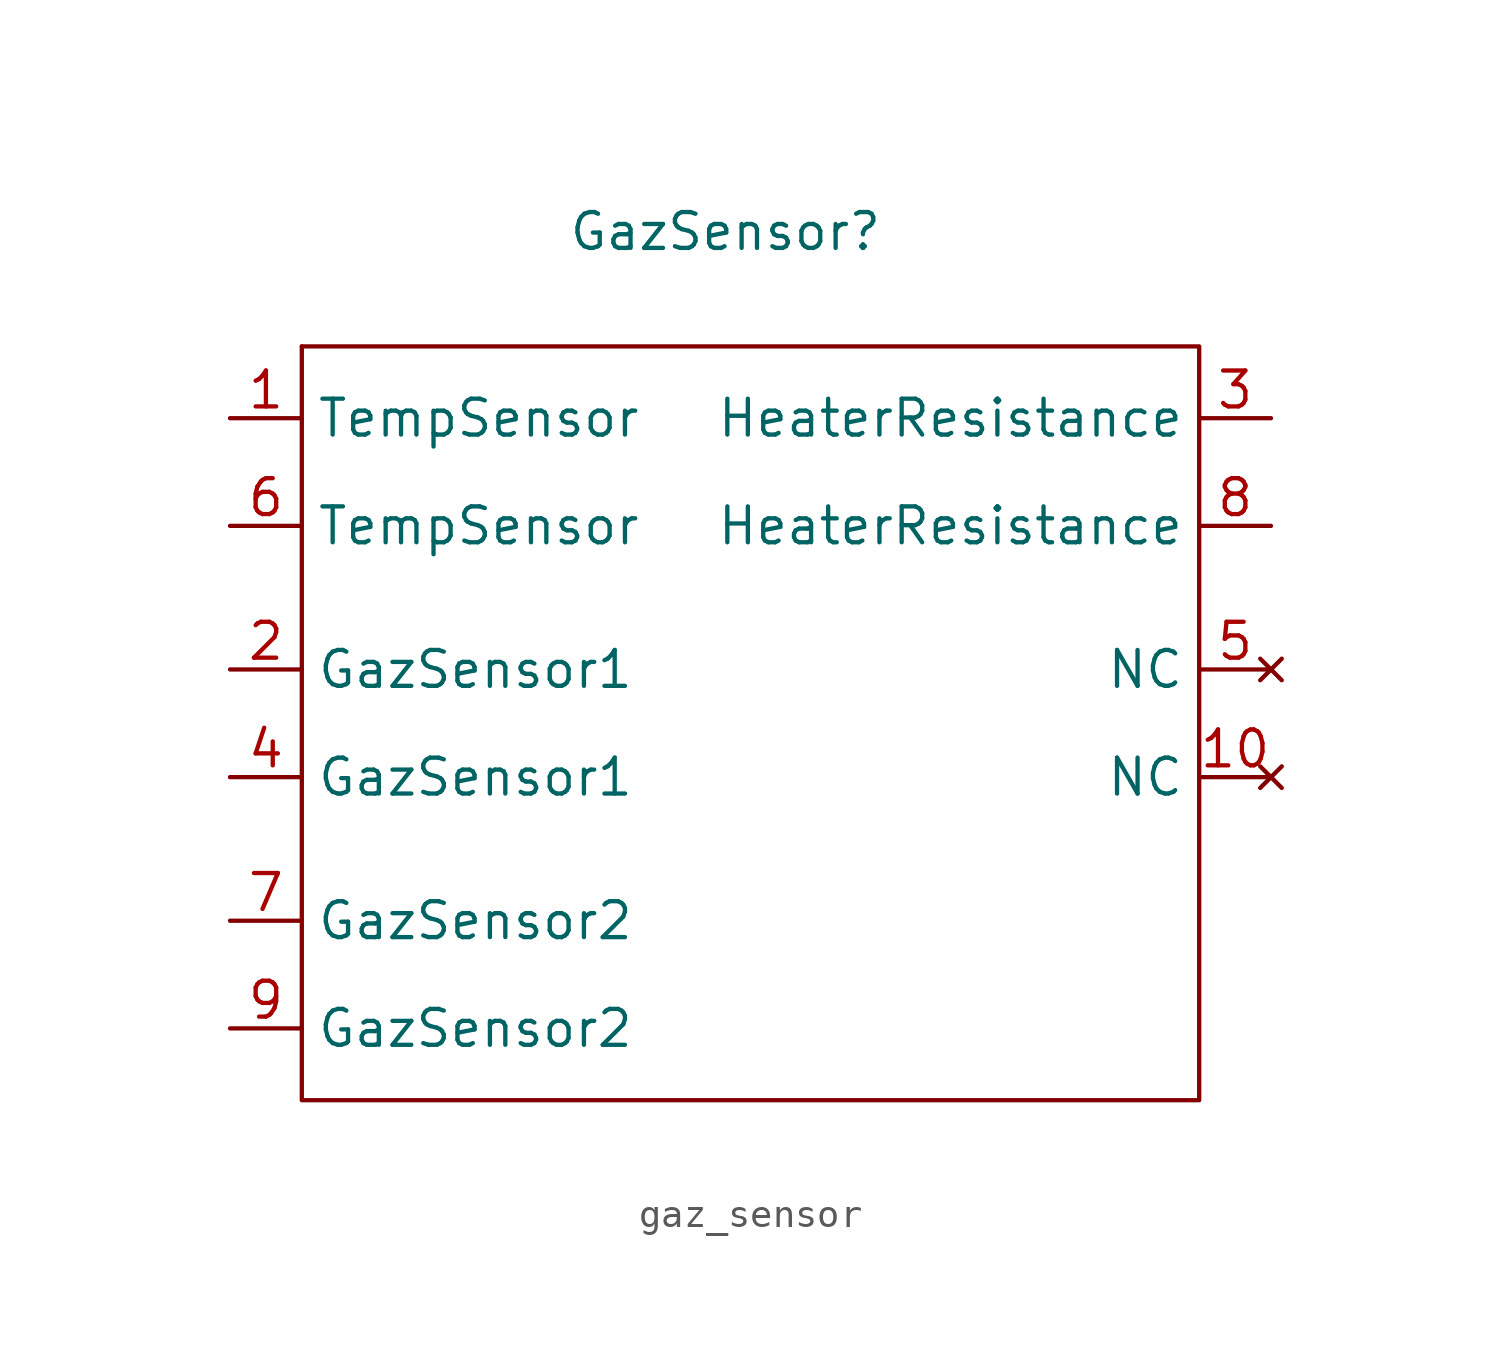
<source format=kicad_sym>
(kicad_symbol_lib
  (version 20241209)
  (generator "kicad_symbol_editor")
  (generator_version "9.0")
  (symbol "gaz_sensor"
    (property "Reference" "GazSensor"
      (at -0.254 4.064 0)
      (effects (font (size 1.27 1.27))))
    (property "Value" ""
      (at 0 0 0)
      (effects (font (size 1.27 1.27))))
    (symbol "gaz_sensor_0_1"
      (rectangle (start -15.24 0) (end -15.24 0) (stroke (width 0) (type default)) (fill (type none)))
      (rectangle (start -15.24 0) (end 16.51 -26.67) (stroke (width 0) (type default)) (fill (type none))))
    (symbol "gaz_sensor_1_1"
      (pin input line (at -17.78 -2.54 0) (length 2.54) (name "TempSensor" (effects (font (size 1.27 1.27)))) (number "1" (effects (font (size 1.27 1.27)))))
      (pin output line (at -17.78 -6.35 0) (length 2.54) (name "TempSensor" (effects (font (size 1.27 1.27)))) (number "6" (effects (font (size 1.27 1.27)))))
      (pin input line (at -17.78 -11.43 0) (length 2.54) (name "GazSensor1" (effects (font (size 1.27 1.27)))) (number "2" (effects (font (size 1.27 1.27)))))
      (pin output line (at -17.78 -15.24 0) (length 2.54) (name "GazSensor1" (effects (font (size 1.27 1.27)))) (number "4" (effects (font (size 1.27 1.27)))))
      (pin input line (at -17.78 -20.32 0) (length 2.54) (name "GazSensor2" (effects (font (size 1.27 1.27)))) (number "7" (effects (font (size 1.27 1.27)))))
      (pin output line (at -17.78 -24.13 0) (length 2.54) (name "GazSensor2" (effects (font (size 1.27 1.27)))) (number "9" (effects (font (size 1.27 1.27)))))
      (pin input line (at 19.05 -2.54 180) (length 2.54) (name "HeaterResistance" (effects (font (size 1.27 1.27)))) (number "3" (effects (font (size 1.27 1.27)))))
      (pin input line (at 19.05 -6.35 180) (length 2.54) (name "HeaterResistance" (effects (font (size 1.27 1.27)))) (number "8" (effects (font (size 1.27 1.27)))))
      (pin no_connect line (at 19.05 -11.43 180) (length 2.54) (name "NC" (effects (font (size 1.27 1.27)))) (number "5" (effects (font (size 1.27 1.27)))))
      (pin no_connect line (at 19.05 -15.24 180) (length 2.54) (name "NC" (effects (font (size 1.27 1.27)))) (number "10" (effects (font (size 1.27 1.27))))))))
</source>
